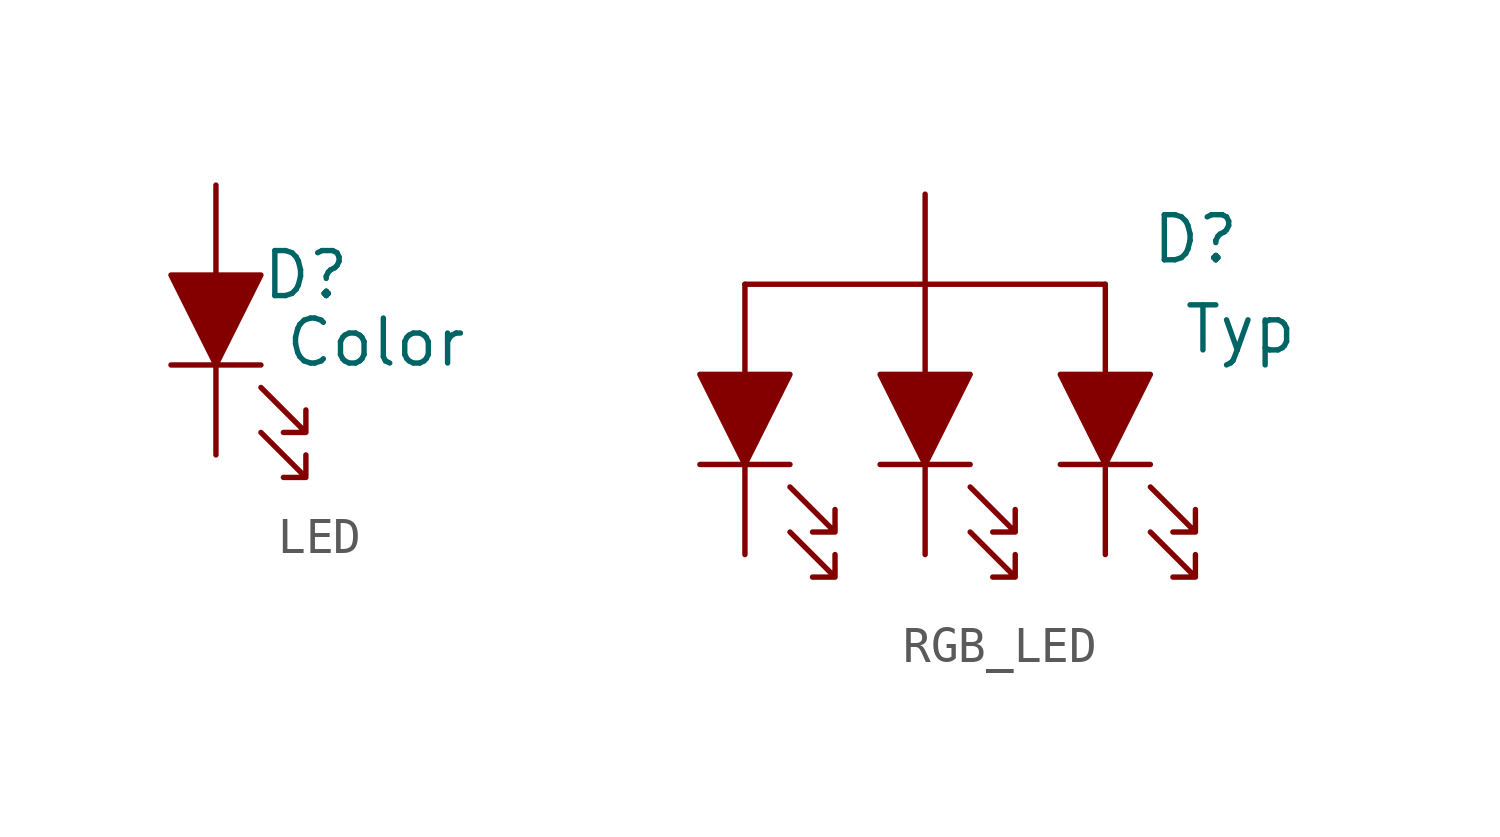
<source format=kicad_sym>
(kicad_symbol_lib
  (version 20220914)
  (generator kicad_symbol_editor)
  (symbol "LED"
    (pin_numbers hide)
    (property "Reference" "D"
      (at 2.54 -2.54 0)
      (effects (font (size 1.27 1.27))))
    (property "Value" "Color"
      (at 1.905 -4.445 0)
      (effects (font (size 1.27 1.27)) (justify left)))
    (symbol "LED_0_1"
      (polyline (pts (xy -1.27 -5.08) (xy 1.27 -5.08) (xy -1.27 -5.08)) (stroke (width 0) (type default)) (fill (type none)))
      (polyline (pts (xy -1.27 -2.54) (xy 1.27 -2.54) (xy 0 -5.08) (xy -1.27 -2.54)) (stroke (width 0) (type default)) (fill (type outline)))
      (polyline (pts (xy 1.905 -8.255) (xy 2.54 -8.255) (xy 2.54 -7.62) (xy 2.54 -8.255) (xy 1.27 -6.985)) (stroke (width 0) (type default)) (fill (type none)))
      (polyline (pts (xy 1.905 -6.985) (xy 2.54 -6.985) (xy 2.54 -6.35) (xy 2.54 -6.985) (xy 1.27 -5.715)) (stroke (width 0) (type default)) (fill (type none))))
    (symbol "LED_1_1"
      (pin passive line (at 0 0 270) (length 2.54) (name "" (effects (font (size 1.27 1.27)))) (number "1" (effects (font (size 1.27 1.27)))))
      (pin passive line (at 0 -7.62 90) (length 2.54) (name "" (effects (font (size 1.27 1.27)))) (number "2" (effects (font (size 1.27 1.27)))))))
  (symbol "RGB_LED"
    (pin_numbers hide)
    (pin_names hide)
    (property "Reference" "D"
      (at 1.27 -1.27 0)
      (effects (font (size 1.27 1.27))))
    (property "Value" "Typ"
      (at 2.54 -3.81 0)
      (effects (font (size 1.27 1.27))))
    (symbol "RGB_LED_0_1"
      (polyline (pts (xy -11.43 -2.54) (xy -11.43 -5.08)) (stroke (width 0) (type default)) (fill (type none)))
      (polyline (pts (xy -11.43 -2.54) (xy -1.27 -2.54)) (stroke (width 0) (type default)) (fill (type none)))
      (polyline (pts (xy -1.27 -5.08) (xy -1.27 -2.54)) (stroke (width 0) (type default)) (fill (type none)))
      (polyline (pts (xy -12.7 -7.62) (xy -10.16 -7.62) (xy -12.7 -7.62)) (stroke (width 0) (type default)) (fill (type none)))
      (polyline (pts (xy -7.62 -7.62) (xy -5.08 -7.62) (xy -7.62 -7.62)) (stroke (width 0) (type default)) (fill (type none)))
      (polyline (pts (xy -6.35 -2.54) (xy -6.35 -5.08) (xy -6.35 -3.81)) (stroke (width 0) (type default)) (fill (type none)))
      (polyline (pts (xy -2.54 -7.62) (xy 0 -7.62) (xy -2.54 -7.62)) (stroke (width 0) (type default)) (fill (type none)))
      (polyline (pts (xy -12.7 -5.08) (xy -10.16 -5.08) (xy -11.43 -7.62) (xy -12.7 -5.08)) (stroke (width 0) (type default)) (fill (type outline)))
      (polyline (pts (xy -7.62 -5.08) (xy -5.08 -5.08) (xy -6.35 -7.62) (xy -7.62 -5.08)) (stroke (width 0) (type default)) (fill (type outline)))
      (polyline (pts (xy -2.54 -5.08) (xy 0 -5.08) (xy -1.27 -7.62) (xy -2.54 -5.08)) (stroke (width 0) (type default)) (fill (type outline)))
      (polyline (pts (xy -9.525 -10.795) (xy -8.89 -10.795) (xy -8.89 -10.16) (xy -8.89 -10.795) (xy -10.16 -9.525)) (stroke (width 0) (type default)) (fill (type none)))
      (polyline (pts (xy -9.525 -9.525) (xy -8.89 -9.525) (xy -8.89 -8.89) (xy -8.89 -9.525) (xy -10.16 -8.255)) (stroke (width 0) (type default)) (fill (type none)))
      (polyline (pts (xy -4.445 -10.795) (xy -3.81 -10.795) (xy -3.81 -10.16) (xy -3.81 -10.795) (xy -5.08 -9.525)) (stroke (width 0) (type default)) (fill (type none)))
      (polyline (pts (xy -4.445 -9.525) (xy -3.81 -9.525) (xy -3.81 -8.89) (xy -3.81 -9.525) (xy -5.08 -8.255)) (stroke (width 0) (type default)) (fill (type none)))
      (polyline (pts (xy 0.635 -10.795) (xy 1.27 -10.795) (xy 1.27 -10.16) (xy 1.27 -10.795) (xy 0 -9.525)) (stroke (width 0) (type default)) (fill (type none)))
      (polyline (pts (xy 0.635 -9.525) (xy 1.27 -9.525) (xy 1.27 -8.89) (xy 1.27 -9.525) (xy 0 -8.255)) (stroke (width 0) (type default)) (fill (type none))))
    (symbol "RGB_LED_1_1"
      (pin passive line (at -11.43 -10.16 90) (length 2.54) (name "B" (effects (font (size 1.27 1.27)))) (number "1" (effects (font (size 1.27 1.27)))))
      (pin passive line (at -6.35 -10.16 90) (length 2.54) (name "G" (effects (font (size 1.27 1.27)))) (number "2" (effects (font (size 1.27 1.27)))))
      (pin passive line (at -1.27 -10.16 90) (length 2.54) (name "R" (effects (font (size 1.27 1.27)))) (number "3" (effects (font (size 1.27 1.27)))))
      (pin passive line (at -6.35 0 270) (length 2.54) (name "Anode" (effects (font (size 1.27 1.27)))) (number "4" (effects (font (size 1.27 1.27))))))))
</source>
